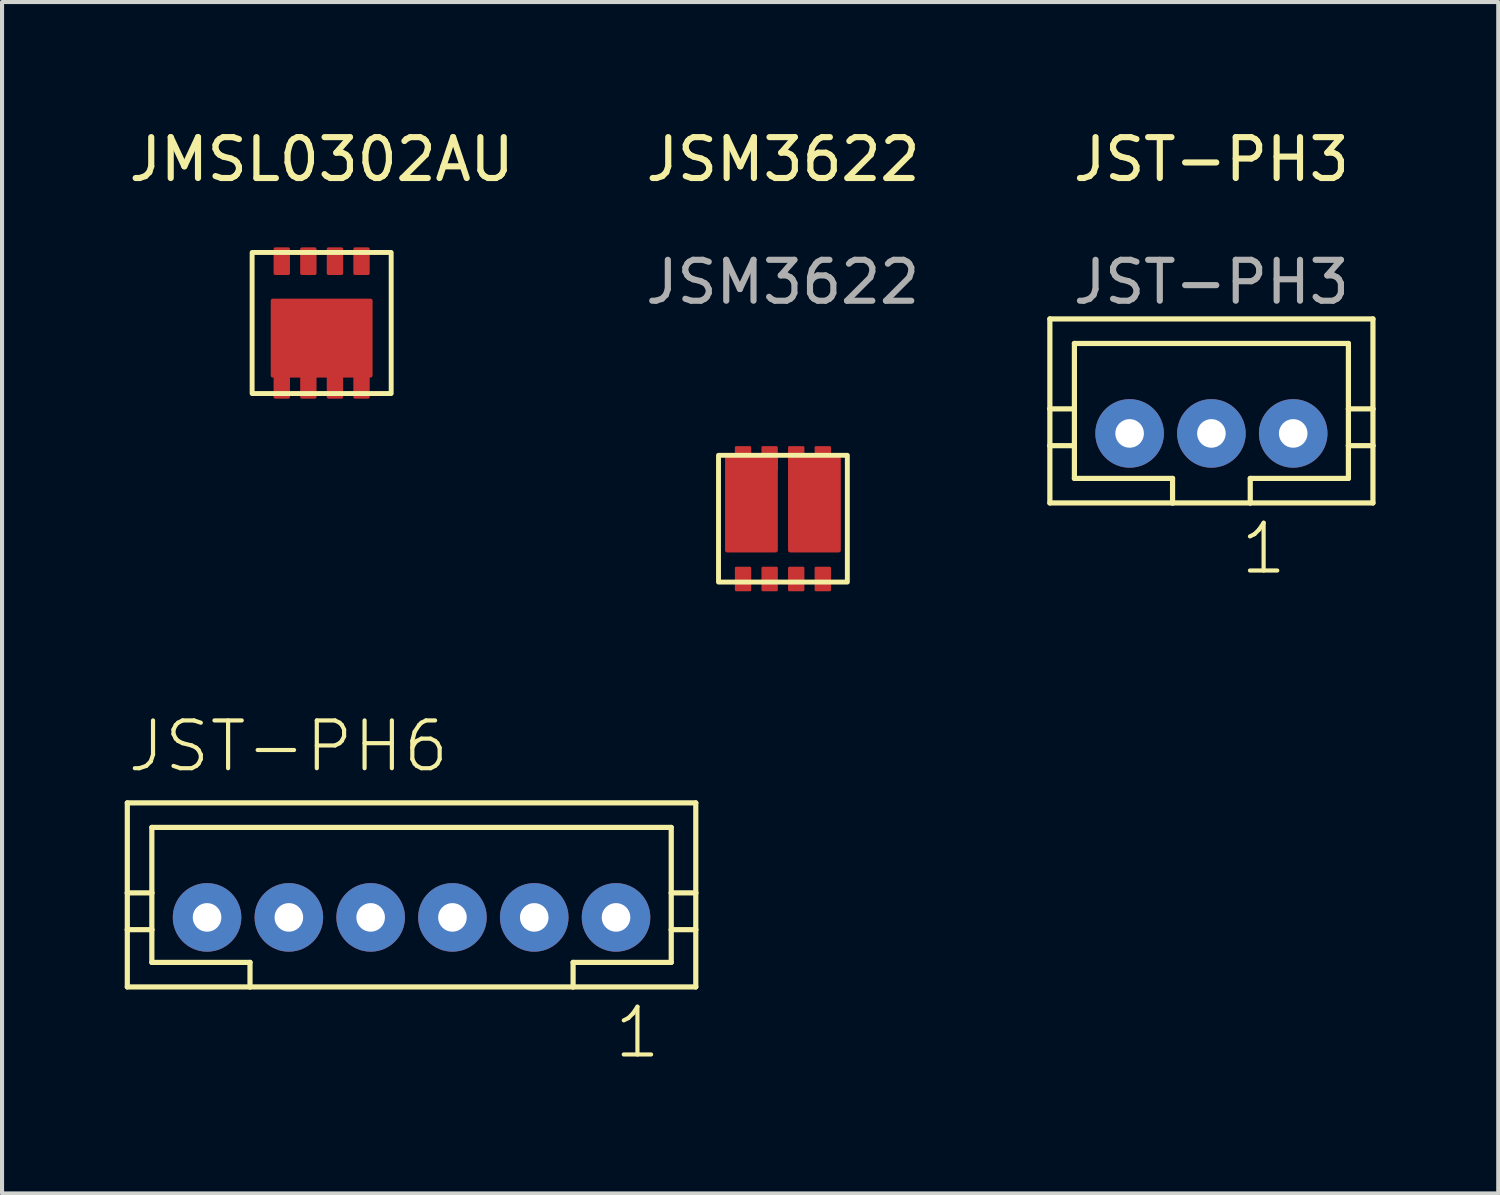
<source format=kicad_pcb>
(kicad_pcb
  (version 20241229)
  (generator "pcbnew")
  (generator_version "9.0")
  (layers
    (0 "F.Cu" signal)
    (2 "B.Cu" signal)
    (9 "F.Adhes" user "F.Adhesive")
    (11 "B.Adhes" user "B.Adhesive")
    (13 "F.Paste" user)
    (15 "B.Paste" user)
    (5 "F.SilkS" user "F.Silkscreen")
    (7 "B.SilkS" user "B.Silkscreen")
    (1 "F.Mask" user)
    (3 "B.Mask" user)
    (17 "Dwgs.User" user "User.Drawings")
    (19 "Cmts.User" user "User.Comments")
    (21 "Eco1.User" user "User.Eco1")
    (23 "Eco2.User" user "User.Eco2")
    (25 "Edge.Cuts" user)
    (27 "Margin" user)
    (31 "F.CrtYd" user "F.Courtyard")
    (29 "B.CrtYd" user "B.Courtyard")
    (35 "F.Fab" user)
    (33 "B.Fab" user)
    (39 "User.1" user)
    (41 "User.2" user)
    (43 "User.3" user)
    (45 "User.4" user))
  (footprint "JMSL0302AU"
    (layer "F.Cu")
    (at 4.815 4.848)
    (property "Reference" "JMSL0302AU" (at 0 -4 0) (unlocked yes) (layer "F.SilkS") (effects (font (size 1 1) (thickness 0.15))))
    (attr smd)
    (fp_rect (start -1.7 -1.725) (end 1.7 1.725) (stroke (width 0.12) (type solid)) (fill no) (layer "F.SilkS"))
    (pad "1" smd roundrect (at -0.975 1.512 90) (size 0.675 0.4) (layers "F.Cu" "F.Mask" "F.Paste") (roundrect_rratio 0.1))
    (pad "1" smd roundrect (at -0.325 1.512 90) (size 0.675 0.4) (layers "F.Cu" "F.Mask" "F.Paste") (roundrect_rratio 0.1))
    (pad "1" smd roundrect (at 0 0.37 180) (size 2.49 1.93) (layers "F.Cu" "F.Mask" "F.Paste") (roundrect_rratio 0.026))
    (pad "1" smd roundrect (at 0.325 1.512 90) (size 0.675 0.4) (layers "F.Cu" "F.Mask" "F.Paste") (roundrect_rratio 0.1))
    (pad "1" smd roundrect (at 0.975 1.512 90) (size 0.675 0.4) (layers "F.Cu" "F.Mask" "F.Paste") (roundrect_rratio 0.1))
    (pad "2" smd roundrect (at -0.975 -1.512 90) (size 0.675 0.4) (layers "F.Cu" "F.Mask" "F.Paste") (roundrect_rratio 0.1))
    (pad "3" smd roundrect (at -0.325 -1.512 90) (size 0.675 0.4) (layers "F.Cu" "F.Mask" "F.Paste") (roundrect_rratio 0.1))
    (pad "3" smd roundrect (at 0.325 -1.512 90) (size 0.675 0.4) (layers "F.Cu" "F.Mask" "F.Paste") (roundrect_rratio 0.1))
    (pad "3" smd roundrect (at 0.975 -1.512 90) (size 0.675 0.4) (layers "F.Cu" "F.Mask" "F.Paste") (roundrect_rratio 0.1)))
  (footprint "JSM3622"
    (layer "F.Cu")
    (at 16.094 9.633)
    (property "Reference" "JSM3622" (at 0.005 -8.785 0) (unlocked yes) (layer "F.SilkS") (effects (font (size 1 1) (thickness 0.15))))
    (attr smd)
    (fp_rect (start -1.575 -1.55) (end 1.575 1.55) (stroke (width 0.12) (type solid)) (fill no) (layer "F.SilkS"))
    (fp_text user "${REFERENCE}" (at -0.005 -5.785 0) (unlocked yes) (layer "F.Fab") (effects (font (size 1 1) (thickness 0.15))))
    (pad "1" smd roundrect (at -0.975 1.475 270) (size 0.6 0.4) (layers "F.Cu" "F.Mask" "F.Paste") (roundrect_rratio 0.078))
    (pad "2" smd roundrect (at -0.325 1.475 270) (size 0.6 0.4) (layers "F.Cu" "F.Mask" "F.Paste") (roundrect_rratio 0.078))
    (pad "3" smd roundrect (at -0.975 -1.475 270) (size 0.6 0.4) (layers "F.Cu" "F.Mask" "F.Paste") (roundrect_rratio 0.078))
    (pad "3" smd roundrect (at -0.77 -0.35 270) (size 2.35 1.29) (layers "F.Cu" "F.Mask" "F.Paste") (roundrect_rratio 0.039))
    (pad "3" smd roundrect (at -0.325 -1.475 270) (size 0.6 0.4) (layers "F.Cu" "F.Mask" "F.Paste") (roundrect_rratio 0.078))
    (pad "4" smd roundrect (at 0.325 1.475 270) (size 0.6 0.4) (layers "F.Cu" "F.Mask" "F.Paste") (roundrect_rratio 0.078))
    (pad "5" smd roundrect (at 0.975 1.475 270) (size 0.6 0.4) (layers "F.Cu" "F.Mask" "F.Paste") (roundrect_rratio 0.078))
    (pad "6" smd roundrect (at 0.325 -1.475 270) (size 0.6 0.4) (layers "F.Cu" "F.Mask" "F.Paste") (roundrect_rratio 0.078))
    (pad "6" smd roundrect (at 0.77 -0.35 270) (size 2.35 1.29) (layers "F.Cu" "F.Mask" "F.Paste") (roundrect_rratio 0.039))
    (pad "6" smd roundrect (at 0.975 -1.475 270) (size 0.6 0.4) (layers "F.Cu" "F.Mask" "F.Paste") (roundrect_rratio 0.078)))
  (footprint "JST-PH6"
    (layer "F.Cu")
    (at 7.013 19.382)
    (property "Reference" "JST-PH6" (at -7 -3.5 0) (layer "F.SilkS") (effects (font (size 1.168 1.168) (thickness 0.102)) (justify left bottom)))
    (fp_line (start -6.95 -2.8) (end -6.95 -0.6) (stroke (width 0.127) (type solid)) (layer "F.SilkS"))
    (fp_line (start -6.95 -2.8) (end 6.95 -2.8) (stroke (width 0.127) (type solid)) (layer "F.SilkS"))
    (fp_line (start -6.95 -0.6) (end -6.95 0.3) (stroke (width 0.127) (type solid)) (layer "F.SilkS"))
    (fp_line (start -6.95 -0.6) (end -6.35 -0.6) (stroke (width 0.127) (type solid)) (layer "F.SilkS"))
    (fp_line (start -6.95 0.3) (end -6.95 1.7) (stroke (width 0.127) (type solid)) (layer "F.SilkS"))
    (fp_line (start -6.95 0.3) (end -6.35 0.3) (stroke (width 0.127) (type solid)) (layer "F.SilkS"))
    (fp_line (start -6.95 1.7) (end -3.95 1.7) (stroke (width 0.127) (type solid)) (layer "F.SilkS"))
    (fp_line (start -6.35 -2.2) (end -6.35 -0.6) (stroke (width 0.127) (type solid)) (layer "F.SilkS"))
    (fp_line (start -6.35 -2.2) (end 6.35 -2.2) (stroke (width 0.127) (type solid)) (layer "F.SilkS"))
    (fp_line (start -6.35 -0.6) (end -6.35 0.3) (stroke (width 0.127) (type solid)) (layer "F.SilkS"))
    (fp_line (start -6.35 0.3) (end -6.35 1.1) (stroke (width 0.127) (type solid)) (layer "F.SilkS"))
    (fp_line (start -6.35 1.1) (end -3.95 1.1) (stroke (width 0.127) (type solid)) (layer "F.SilkS"))
    (fp_line (start -3.95 1.1) (end -3.95 1.7) (stroke (width 0.127) (type solid)) (layer "F.SilkS"))
    (fp_line (start -3.95 1.7) (end 3.95 1.7) (stroke (width 0.127) (type solid)) (layer "F.SilkS"))
    (fp_line (start 3.95 1.1) (end 3.95 1.7) (stroke (width 0.127) (type solid)) (layer "F.SilkS"))
    (fp_line (start 3.95 1.1) (end 6.35 1.1) (stroke (width 0.127) (type solid)) (layer "F.SilkS"))
    (fp_line (start 3.95 1.7) (end 6.95 1.7) (stroke (width 0.127) (type solid)) (layer "F.SilkS"))
    (fp_line (start 6.35 -2.2) (end 6.35 -0.6) (stroke (width 0.127) (type solid)) (layer "F.SilkS"))
    (fp_line (start 6.35 -0.6) (end 6.35 0.3) (stroke (width 0.127) (type solid)) (layer "F.SilkS"))
    (fp_line (start 6.35 -0.6) (end 6.95 -0.6) (stroke (width 0.127) (type solid)) (layer "F.SilkS"))
    (fp_line (start 6.35 0.3) (end 6.35 1.1) (stroke (width 0.127) (type solid)) (layer "F.SilkS"))
    (fp_line (start 6.35 0.3) (end 6.95 0.3) (stroke (width 0.127) (type solid)) (layer "F.SilkS"))
    (fp_line (start 6.95 -2.8) (end 6.95 -0.6) (stroke (width 0.127) (type solid)) (layer "F.SilkS"))
    (fp_line (start 6.95 -0.6) (end 6.95 0.3) (stroke (width 0.127) (type solid)) (layer "F.SilkS"))
    (fp_line (start 6.95 0.3) (end 6.95 1.7) (stroke (width 0.127) (type solid)) (layer "F.SilkS"))
    (fp_text user "1" (at 4.9 3.5 0) (layer "F.SilkS") (effects (font (size 1.168 1.168) (thickness 0.102)) (justify left bottom)))
    (pad "1" thru_hole circle (at 5 0) (size 1.676 1.676) (drill 0.7) (layers "*.Cu" "*.Mask"))
    (pad "2" thru_hole circle (at 3 0) (size 1.676 1.676) (drill 0.7) (layers "*.Cu" "*.Mask"))
    (pad "3" thru_hole circle (at 1 0) (size 1.676 1.676) (drill 0.7) (layers "*.Cu" "*.Mask"))
    (pad "4" thru_hole circle (at -1 0) (size 1.676 1.676) (drill 0.7) (layers "*.Cu" "*.Mask"))
    (pad "5" thru_hole circle (at -3 0) (size 1.676 1.676) (drill 0.7) (layers "*.Cu" "*.Mask"))
    (pad "6" thru_hole circle (at -5 0) (size 1.676 1.676) (drill 0.7) (layers "*.Cu" "*.Mask")))
  (footprint "JST-PH3"
    (layer "F.Cu")
    (at 26.571 7.548)
    (property "Reference" "JST-PH3" (at 0 -6.7 0) (unlocked yes) (layer "F.SilkS") (effects (font (size 1 1) (thickness 0.15))))
    (attr through_hole)
    (fp_line (start -3.95 -2.8) (end -3.95 -0.6) (stroke (width 0.127) (type solid)) (layer "F.SilkS"))
    (fp_line (start -3.95 -2.8) (end 3.95 -2.8) (stroke (width 0.127) (type solid)) (layer "F.SilkS"))
    (fp_line (start -3.95 -0.6) (end -3.95 0.3) (stroke (width 0.127) (type solid)) (layer "F.SilkS"))
    (fp_line (start -3.95 -0.6) (end -3.35 -0.6) (stroke (width 0.127) (type solid)) (layer "F.SilkS"))
    (fp_line (start -3.95 0.3) (end -3.95 1.7) (stroke (width 0.127) (type solid)) (layer "F.SilkS"))
    (fp_line (start -3.95 0.3) (end -3.35 0.3) (stroke (width 0.127) (type solid)) (layer "F.SilkS"))
    (fp_line (start -3.95 1.7) (end -0.95 1.7) (stroke (width 0.127) (type solid)) (layer "F.SilkS"))
    (fp_line (start -3.35 -2.2) (end -3.35 -0.6) (stroke (width 0.127) (type solid)) (layer "F.SilkS"))
    (fp_line (start -3.35 -2.2) (end 3.35 -2.2) (stroke (width 0.127) (type solid)) (layer "F.SilkS"))
    (fp_line (start -3.35 -0.6) (end -3.35 0.3) (stroke (width 0.127) (type solid)) (layer "F.SilkS"))
    (fp_line (start -3.35 0.3) (end -3.35 1.1) (stroke (width 0.127) (type solid)) (layer "F.SilkS"))
    (fp_line (start -3.35 1.1) (end -0.95 1.1) (stroke (width 0.127) (type solid)) (layer "F.SilkS"))
    (fp_line (start -0.95 1.1) (end -0.95 1.7) (stroke (width 0.127) (type solid)) (layer "F.SilkS"))
    (fp_line (start -0.95 1.7) (end 0.95 1.7) (stroke (width 0.127) (type solid)) (layer "F.SilkS"))
    (fp_line (start 0.95 1.1) (end 0.95 1.7) (stroke (width 0.127) (type solid)) (layer "F.SilkS"))
    (fp_line (start 0.95 1.1) (end 3.35 1.1) (stroke (width 0.127) (type solid)) (layer "F.SilkS"))
    (fp_line (start 0.95 1.7) (end 3.95 1.7) (stroke (width 0.127) (type solid)) (layer "F.SilkS"))
    (fp_line (start 3.35 -2.2) (end 3.35 -0.6) (stroke (width 0.127) (type solid)) (layer "F.SilkS"))
    (fp_line (start 3.35 -0.6) (end 3.35 0.3) (stroke (width 0.127) (type solid)) (layer "F.SilkS"))
    (fp_line (start 3.35 -0.6) (end 3.95 -0.6) (stroke (width 0.127) (type solid)) (layer "F.SilkS"))
    (fp_line (start 3.35 0.3) (end 3.35 1.1) (stroke (width 0.127) (type solid)) (layer "F.SilkS"))
    (fp_line (start 3.35 0.3) (end 3.95 0.3) (stroke (width 0.127) (type solid)) (layer "F.SilkS"))
    (fp_line (start 3.95 -2.8) (end 3.95 -0.6) (stroke (width 0.127) (type solid)) (layer "F.SilkS"))
    (fp_line (start 3.95 -0.6) (end 3.95 0.3) (stroke (width 0.127) (type solid)) (layer "F.SilkS"))
    (fp_line (start 3.95 0.3) (end 3.95 1.7) (stroke (width 0.127) (type solid)) (layer "F.SilkS"))
    (fp_text user "1" (at 1.9 3.5 180) (layer "F.SilkS") (effects (font (size 1.168 1.168) (thickness 0.102)) (justify right bottom)))
    (fp_text user "${REFERENCE}" (at 0 -3.7 0) (unlocked yes) (layer "F.Fab") (effects (font (size 1 1) (thickness 0.15))))
    (pad "1" thru_hole circle (at 2 0) (size 1.676 1.676) (drill 0.7) (layers "*.Cu" "*.Mask"))
    (pad "2" thru_hole circle (at 0 0) (size 1.676 1.676) (drill 0.7) (layers "*.Cu" "*.Mask"))
    (pad "3" thru_hole circle (at -2 0) (size 1.676 1.676) (drill 0.7) (layers "*.Cu" "*.Mask")))
  (gr_rect
    (start -3 -3)
    (end 33.585 26.132)
    (stroke (width 0.1) (type default))
    (fill no)
    (layer "Edge.Cuts")))
</source>
